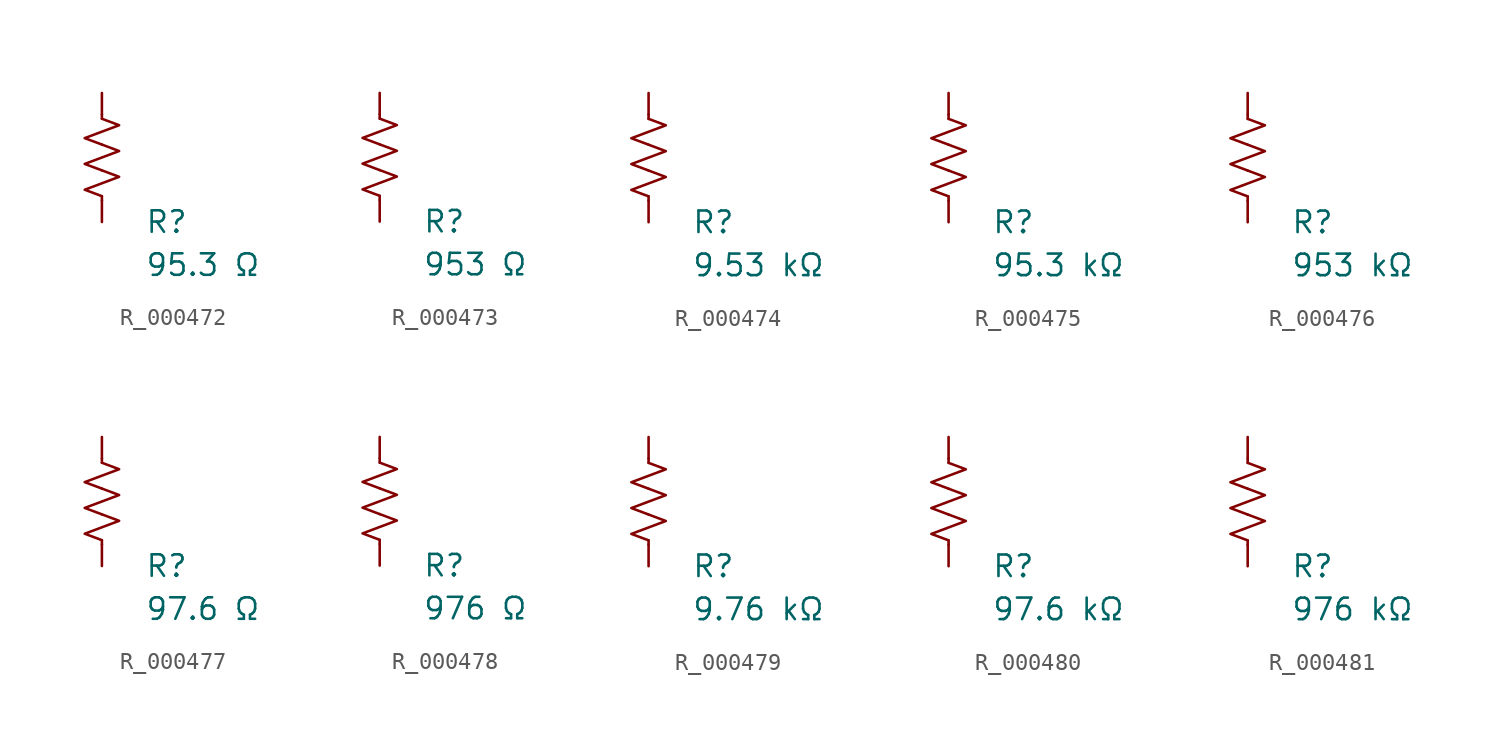
<source format=kicad_sym>
(kicad_symbol_lib
  (version 20231120)
  (generator "kicad_symbol_editor")
  (generator_version "8.0")
  (symbol "R_000472"
    (pin_numbers hide)
    (pin_names
      (offset 0))
    (property "Reference" "R"
      (at 2.54 -3.81 0)
      (effects (font (size 1.27 1.27)) (justify left))
      (show_name no))
    (property "Value" "95.3 Ω"
      (at 2.54 -6.35 0)
      (effects (font (size 1.27 1.27)) (justify left))
      (show_name no))
    (symbol "R_000472_0_1"
      (polyline (pts (xy 0 -2.286) (xy 0 -2.54)) (stroke (width 0) (type default)) (fill (type none)))
      (polyline (pts (xy 0 2.286) (xy 0 2.54)) (stroke (width 0) (type default)) (fill (type none)))
      (polyline (pts (xy 0 -0.762) (xy 1.016 -1.143) (xy 0 -1.524) (xy -1.016 -1.905) (xy 0 -2.286)) (stroke (width 0) (type default)) (fill (type none)))
      (polyline (pts (xy 0 0.762) (xy 1.016 0.381) (xy 0 0) (xy -1.016 -0.381) (xy 0 -0.762)) (stroke (width 0) (type default)) (fill (type none)))
      (polyline (pts (xy 0 2.286) (xy 1.016 1.905) (xy 0 1.524) (xy -1.016 1.143) (xy 0 0.762)) (stroke (width 0) (type default)) (fill (type none))))
    (symbol "R_000472_1_1"
      (pin passive line (at 0 3.81 270) (length 1.27) (name "~" (effects (font (size 1.27 1.27)))) (number "1" (effects (font (size 1.27 1.27)))))
      (pin passive line (at 0 -3.81 90) (length 1.27) (name "~" (effects (font (size 1.27 1.27)))) (number "2" (effects (font (size 1.27 1.27)))))))
  (symbol "R_000473"
    (pin_numbers hide)
    (pin_names
      (offset 0))
    (property "Reference" "R"
      (at 2.54 -3.81 0)
      (effects (font (size 1.27 1.27)) (justify left))
      (show_name no))
    (property "Value" "953 Ω"
      (at 2.54 -6.35 0)
      (effects (font (size 1.27 1.27)) (justify left))
      (show_name no))
    (symbol "R_000473_0_1"
      (polyline (pts (xy 0 -2.286) (xy 0 -2.54)) (stroke (width 0) (type default)) (fill (type none)))
      (polyline (pts (xy 0 2.286) (xy 0 2.54)) (stroke (width 0) (type default)) (fill (type none)))
      (polyline (pts (xy 0 -0.762) (xy 1.016 -1.143) (xy 0 -1.524) (xy -1.016 -1.905) (xy 0 -2.286)) (stroke (width 0) (type default)) (fill (type none)))
      (polyline (pts (xy 0 0.762) (xy 1.016 0.381) (xy 0 0) (xy -1.016 -0.381) (xy 0 -0.762)) (stroke (width 0) (type default)) (fill (type none)))
      (polyline (pts (xy 0 2.286) (xy 1.016 1.905) (xy 0 1.524) (xy -1.016 1.143) (xy 0 0.762)) (stroke (width 0) (type default)) (fill (type none))))
    (symbol "R_000473_1_1"
      (pin passive line (at 0 3.81 270) (length 1.27) (name "~" (effects (font (size 1.27 1.27)))) (number "1" (effects (font (size 1.27 1.27)))))
      (pin passive line (at 0 -3.81 90) (length 1.27) (name "~" (effects (font (size 1.27 1.27)))) (number "2" (effects (font (size 1.27 1.27)))))))
  (symbol "R_000474"
    (pin_numbers hide)
    (pin_names
      (offset 0))
    (property "Reference" "R"
      (at 2.54 -3.81 0)
      (effects (font (size 1.27 1.27)) (justify left))
      (show_name no))
    (property "Value" "9.53 kΩ"
      (at 2.54 -6.35 0)
      (effects (font (size 1.27 1.27)) (justify left))
      (show_name no))
    (symbol "R_000474_0_1"
      (polyline (pts (xy 0 -2.286) (xy 0 -2.54)) (stroke (width 0) (type default)) (fill (type none)))
      (polyline (pts (xy 0 2.286) (xy 0 2.54)) (stroke (width 0) (type default)) (fill (type none)))
      (polyline (pts (xy 0 -0.762) (xy 1.016 -1.143) (xy 0 -1.524) (xy -1.016 -1.905) (xy 0 -2.286)) (stroke (width 0) (type default)) (fill (type none)))
      (polyline (pts (xy 0 0.762) (xy 1.016 0.381) (xy 0 0) (xy -1.016 -0.381) (xy 0 -0.762)) (stroke (width 0) (type default)) (fill (type none)))
      (polyline (pts (xy 0 2.286) (xy 1.016 1.905) (xy 0 1.524) (xy -1.016 1.143) (xy 0 0.762)) (stroke (width 0) (type default)) (fill (type none))))
    (symbol "R_000474_1_1"
      (pin passive line (at 0 3.81 270) (length 1.27) (name "~" (effects (font (size 1.27 1.27)))) (number "1" (effects (font (size 1.27 1.27)))))
      (pin passive line (at 0 -3.81 90) (length 1.27) (name "~" (effects (font (size 1.27 1.27)))) (number "2" (effects (font (size 1.27 1.27)))))))
  (symbol "R_000475"
    (pin_numbers hide)
    (pin_names
      (offset 0))
    (property "Reference" "R"
      (at 2.54 -3.81 0)
      (effects (font (size 1.27 1.27)) (justify left))
      (show_name no))
    (property "Value" "95.3 kΩ"
      (at 2.54 -6.35 0)
      (effects (font (size 1.27 1.27)) (justify left))
      (show_name no))
    (symbol "R_000475_0_1"
      (polyline (pts (xy 0 -2.286) (xy 0 -2.54)) (stroke (width 0) (type default)) (fill (type none)))
      (polyline (pts (xy 0 2.286) (xy 0 2.54)) (stroke (width 0) (type default)) (fill (type none)))
      (polyline (pts (xy 0 -0.762) (xy 1.016 -1.143) (xy 0 -1.524) (xy -1.016 -1.905) (xy 0 -2.286)) (stroke (width 0) (type default)) (fill (type none)))
      (polyline (pts (xy 0 0.762) (xy 1.016 0.381) (xy 0 0) (xy -1.016 -0.381) (xy 0 -0.762)) (stroke (width 0) (type default)) (fill (type none)))
      (polyline (pts (xy 0 2.286) (xy 1.016 1.905) (xy 0 1.524) (xy -1.016 1.143) (xy 0 0.762)) (stroke (width 0) (type default)) (fill (type none))))
    (symbol "R_000475_1_1"
      (pin passive line (at 0 3.81 270) (length 1.27) (name "~" (effects (font (size 1.27 1.27)))) (number "1" (effects (font (size 1.27 1.27)))))
      (pin passive line (at 0 -3.81 90) (length 1.27) (name "~" (effects (font (size 1.27 1.27)))) (number "2" (effects (font (size 1.27 1.27)))))))
  (symbol "R_000476"
    (pin_numbers hide)
    (pin_names
      (offset 0))
    (property "Reference" "R"
      (at 2.54 -3.81 0)
      (effects (font (size 1.27 1.27)) (justify left))
      (show_name no))
    (property "Value" "953 kΩ"
      (at 2.54 -6.35 0)
      (effects (font (size 1.27 1.27)) (justify left))
      (show_name no))
    (symbol "R_000476_0_1"
      (polyline (pts (xy 0 -2.286) (xy 0 -2.54)) (stroke (width 0) (type default)) (fill (type none)))
      (polyline (pts (xy 0 2.286) (xy 0 2.54)) (stroke (width 0) (type default)) (fill (type none)))
      (polyline (pts (xy 0 -0.762) (xy 1.016 -1.143) (xy 0 -1.524) (xy -1.016 -1.905) (xy 0 -2.286)) (stroke (width 0) (type default)) (fill (type none)))
      (polyline (pts (xy 0 0.762) (xy 1.016 0.381) (xy 0 0) (xy -1.016 -0.381) (xy 0 -0.762)) (stroke (width 0) (type default)) (fill (type none)))
      (polyline (pts (xy 0 2.286) (xy 1.016 1.905) (xy 0 1.524) (xy -1.016 1.143) (xy 0 0.762)) (stroke (width 0) (type default)) (fill (type none))))
    (symbol "R_000476_1_1"
      (pin passive line (at 0 3.81 270) (length 1.27) (name "~" (effects (font (size 1.27 1.27)))) (number "1" (effects (font (size 1.27 1.27)))))
      (pin passive line (at 0 -3.81 90) (length 1.27) (name "~" (effects (font (size 1.27 1.27)))) (number "2" (effects (font (size 1.27 1.27)))))))
  (symbol "R_000477"
    (pin_numbers hide)
    (pin_names
      (offset 0))
    (property "Reference" "R"
      (at 2.54 -3.81 0)
      (effects (font (size 1.27 1.27)) (justify left))
      (show_name no))
    (property "Value" "97.6 Ω"
      (at 2.54 -6.35 0)
      (effects (font (size 1.27 1.27)) (justify left))
      (show_name no))
    (symbol "R_000477_0_1"
      (polyline (pts (xy 0 -2.286) (xy 0 -2.54)) (stroke (width 0) (type default)) (fill (type none)))
      (polyline (pts (xy 0 2.286) (xy 0 2.54)) (stroke (width 0) (type default)) (fill (type none)))
      (polyline (pts (xy 0 -0.762) (xy 1.016 -1.143) (xy 0 -1.524) (xy -1.016 -1.905) (xy 0 -2.286)) (stroke (width 0) (type default)) (fill (type none)))
      (polyline (pts (xy 0 0.762) (xy 1.016 0.381) (xy 0 0) (xy -1.016 -0.381) (xy 0 -0.762)) (stroke (width 0) (type default)) (fill (type none)))
      (polyline (pts (xy 0 2.286) (xy 1.016 1.905) (xy 0 1.524) (xy -1.016 1.143) (xy 0 0.762)) (stroke (width 0) (type default)) (fill (type none))))
    (symbol "R_000477_1_1"
      (pin passive line (at 0 3.81 270) (length 1.27) (name "~" (effects (font (size 1.27 1.27)))) (number "1" (effects (font (size 1.27 1.27)))))
      (pin passive line (at 0 -3.81 90) (length 1.27) (name "~" (effects (font (size 1.27 1.27)))) (number "2" (effects (font (size 1.27 1.27)))))))
  (symbol "R_000478"
    (pin_numbers hide)
    (pin_names
      (offset 0))
    (property "Reference" "R"
      (at 2.54 -3.81 0)
      (effects (font (size 1.27 1.27)) (justify left))
      (show_name no))
    (property "Value" "976 Ω"
      (at 2.54 -6.35 0)
      (effects (font (size 1.27 1.27)) (justify left))
      (show_name no))
    (symbol "R_000478_0_1"
      (polyline (pts (xy 0 -2.286) (xy 0 -2.54)) (stroke (width 0) (type default)) (fill (type none)))
      (polyline (pts (xy 0 2.286) (xy 0 2.54)) (stroke (width 0) (type default)) (fill (type none)))
      (polyline (pts (xy 0 -0.762) (xy 1.016 -1.143) (xy 0 -1.524) (xy -1.016 -1.905) (xy 0 -2.286)) (stroke (width 0) (type default)) (fill (type none)))
      (polyline (pts (xy 0 0.762) (xy 1.016 0.381) (xy 0 0) (xy -1.016 -0.381) (xy 0 -0.762)) (stroke (width 0) (type default)) (fill (type none)))
      (polyline (pts (xy 0 2.286) (xy 1.016 1.905) (xy 0 1.524) (xy -1.016 1.143) (xy 0 0.762)) (stroke (width 0) (type default)) (fill (type none))))
    (symbol "R_000478_1_1"
      (pin passive line (at 0 3.81 270) (length 1.27) (name "~" (effects (font (size 1.27 1.27)))) (number "1" (effects (font (size 1.27 1.27)))))
      (pin passive line (at 0 -3.81 90) (length 1.27) (name "~" (effects (font (size 1.27 1.27)))) (number "2" (effects (font (size 1.27 1.27)))))))
  (symbol "R_000479"
    (pin_numbers hide)
    (pin_names
      (offset 0))
    (property "Reference" "R"
      (at 2.54 -3.81 0)
      (effects (font (size 1.27 1.27)) (justify left))
      (show_name no))
    (property "Value" "9.76 kΩ"
      (at 2.54 -6.35 0)
      (effects (font (size 1.27 1.27)) (justify left))
      (show_name no))
    (symbol "R_000479_0_1"
      (polyline (pts (xy 0 -2.286) (xy 0 -2.54)) (stroke (width 0) (type default)) (fill (type none)))
      (polyline (pts (xy 0 2.286) (xy 0 2.54)) (stroke (width 0) (type default)) (fill (type none)))
      (polyline (pts (xy 0 -0.762) (xy 1.016 -1.143) (xy 0 -1.524) (xy -1.016 -1.905) (xy 0 -2.286)) (stroke (width 0) (type default)) (fill (type none)))
      (polyline (pts (xy 0 0.762) (xy 1.016 0.381) (xy 0 0) (xy -1.016 -0.381) (xy 0 -0.762)) (stroke (width 0) (type default)) (fill (type none)))
      (polyline (pts (xy 0 2.286) (xy 1.016 1.905) (xy 0 1.524) (xy -1.016 1.143) (xy 0 0.762)) (stroke (width 0) (type default)) (fill (type none))))
    (symbol "R_000479_1_1"
      (pin passive line (at 0 3.81 270) (length 1.27) (name "~" (effects (font (size 1.27 1.27)))) (number "1" (effects (font (size 1.27 1.27)))))
      (pin passive line (at 0 -3.81 90) (length 1.27) (name "~" (effects (font (size 1.27 1.27)))) (number "2" (effects (font (size 1.27 1.27)))))))
  (symbol "R_000480"
    (pin_numbers hide)
    (pin_names
      (offset 0))
    (property "Reference" "R"
      (at 2.54 -3.81 0)
      (effects (font (size 1.27 1.27)) (justify left))
      (show_name no))
    (property "Value" "97.6 kΩ"
      (at 2.54 -6.35 0)
      (effects (font (size 1.27 1.27)) (justify left))
      (show_name no))
    (symbol "R_000480_0_1"
      (polyline (pts (xy 0 -2.286) (xy 0 -2.54)) (stroke (width 0) (type default)) (fill (type none)))
      (polyline (pts (xy 0 2.286) (xy 0 2.54)) (stroke (width 0) (type default)) (fill (type none)))
      (polyline (pts (xy 0 -0.762) (xy 1.016 -1.143) (xy 0 -1.524) (xy -1.016 -1.905) (xy 0 -2.286)) (stroke (width 0) (type default)) (fill (type none)))
      (polyline (pts (xy 0 0.762) (xy 1.016 0.381) (xy 0 0) (xy -1.016 -0.381) (xy 0 -0.762)) (stroke (width 0) (type default)) (fill (type none)))
      (polyline (pts (xy 0 2.286) (xy 1.016 1.905) (xy 0 1.524) (xy -1.016 1.143) (xy 0 0.762)) (stroke (width 0) (type default)) (fill (type none))))
    (symbol "R_000480_1_1"
      (pin passive line (at 0 3.81 270) (length 1.27) (name "~" (effects (font (size 1.27 1.27)))) (number "1" (effects (font (size 1.27 1.27)))))
      (pin passive line (at 0 -3.81 90) (length 1.27) (name "~" (effects (font (size 1.27 1.27)))) (number "2" (effects (font (size 1.27 1.27)))))))
  (symbol "R_000481"
    (pin_numbers hide)
    (pin_names
      (offset 0))
    (property "Reference" "R"
      (at 2.54 -3.81 0)
      (effects (font (size 1.27 1.27)) (justify left))
      (show_name no))
    (property "Value" "976 kΩ"
      (at 2.54 -6.35 0)
      (effects (font (size 1.27 1.27)) (justify left))
      (show_name no))
    (symbol "R_000481_0_1"
      (polyline (pts (xy 0 -2.286) (xy 0 -2.54)) (stroke (width 0) (type default)) (fill (type none)))
      (polyline (pts (xy 0 2.286) (xy 0 2.54)) (stroke (width 0) (type default)) (fill (type none)))
      (polyline (pts (xy 0 -0.762) (xy 1.016 -1.143) (xy 0 -1.524) (xy -1.016 -1.905) (xy 0 -2.286)) (stroke (width 0) (type default)) (fill (type none)))
      (polyline (pts (xy 0 0.762) (xy 1.016 0.381) (xy 0 0) (xy -1.016 -0.381) (xy 0 -0.762)) (stroke (width 0) (type default)) (fill (type none)))
      (polyline (pts (xy 0 2.286) (xy 1.016 1.905) (xy 0 1.524) (xy -1.016 1.143) (xy 0 0.762)) (stroke (width 0) (type default)) (fill (type none))))
    (symbol "R_000481_1_1"
      (pin passive line (at 0 3.81 270) (length 1.27) (name "~" (effects (font (size 1.27 1.27)))) (number "1" (effects (font (size 1.27 1.27)))))
      (pin passive line (at 0 -3.81 90) (length 1.27) (name "~" (effects (font (size 1.27 1.27)))) (number "2" (effects (font (size 1.27 1.27))))))))
</source>
